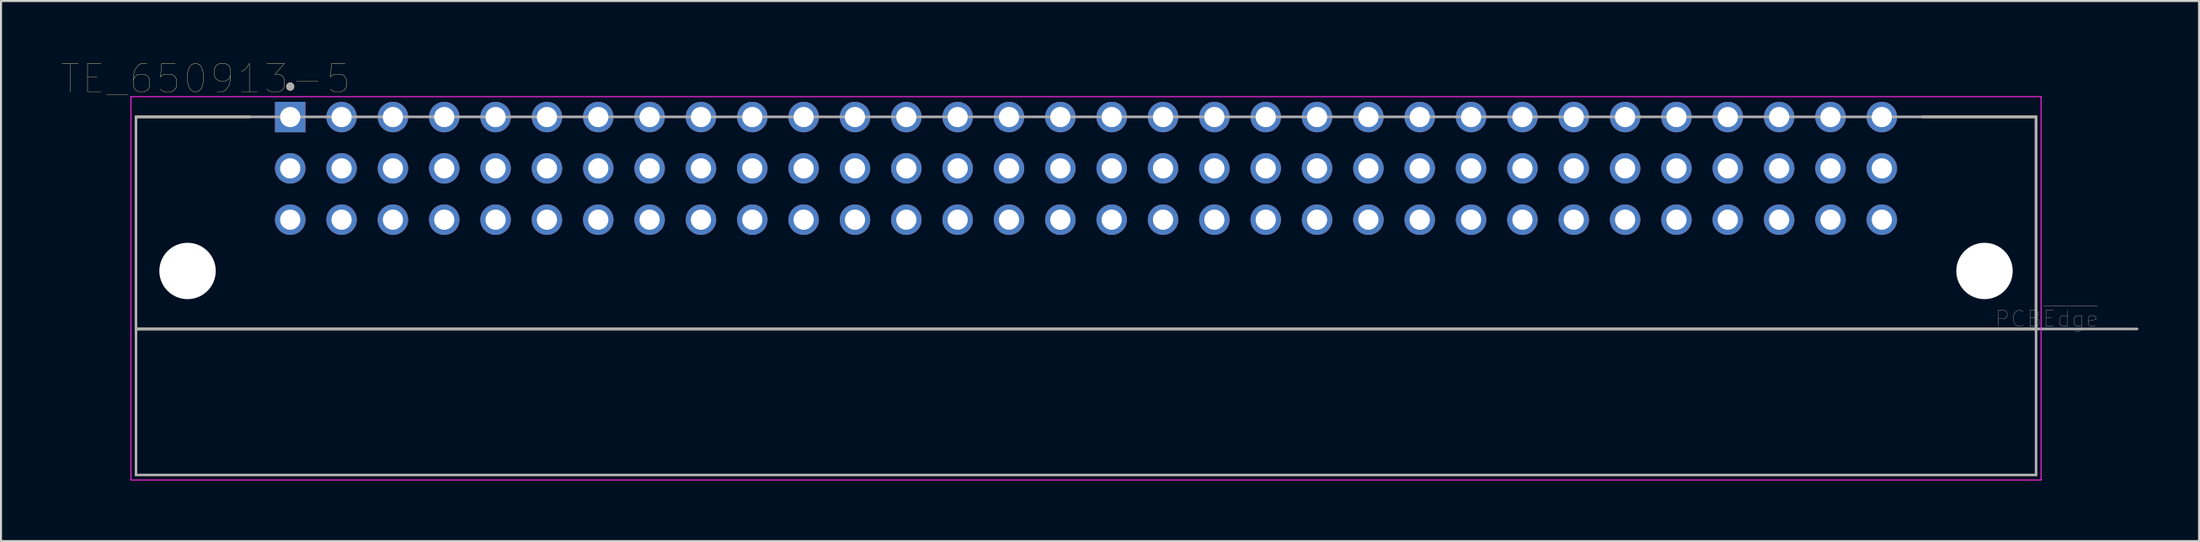
<source format=kicad_pcb>
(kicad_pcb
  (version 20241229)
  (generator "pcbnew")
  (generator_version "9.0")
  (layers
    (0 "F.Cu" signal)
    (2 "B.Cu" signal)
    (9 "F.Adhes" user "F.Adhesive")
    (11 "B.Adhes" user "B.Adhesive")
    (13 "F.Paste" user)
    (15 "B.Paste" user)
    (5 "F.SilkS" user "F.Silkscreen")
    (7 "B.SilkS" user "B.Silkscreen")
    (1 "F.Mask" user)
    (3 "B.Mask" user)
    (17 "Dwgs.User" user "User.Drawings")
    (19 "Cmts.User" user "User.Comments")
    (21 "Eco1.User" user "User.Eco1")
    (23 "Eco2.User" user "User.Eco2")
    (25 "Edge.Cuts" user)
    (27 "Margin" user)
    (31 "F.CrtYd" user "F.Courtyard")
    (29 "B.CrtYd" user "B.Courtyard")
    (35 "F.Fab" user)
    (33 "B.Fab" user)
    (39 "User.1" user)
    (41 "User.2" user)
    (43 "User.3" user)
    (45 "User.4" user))
  (footprint "TE_650913-5"
    (layer "F.Cu")
    (at 11.308 2.746)
    (property "Reference" "TE_650913-5" (at -4.188 -1.9 0) (layer "F.SilkS") (effects (font (size 1.401 1.401) (thickness 0.015))))
    (attr through_hole)
    (fp_line (start -7.63 -0.01) (end -2 -0.01) (stroke (width 0.127) (type solid)) (layer "F.SilkS"))
    (fp_line (start -7.63 10.49) (end -7.63 -0.01) (stroke (width 0.127) (type solid)) (layer "F.SilkS"))
    (fp_line (start -7.63 10.49) (end 86.37 10.49) (stroke (width 0.127) (type solid)) (layer "F.SilkS"))
    (fp_line (start 86.37 -0.01) (end 80.74 -0.01) (stroke (width 0.127) (type solid)) (layer "F.SilkS"))
    (fp_line (start 86.37 10.49) (end 86.37 -0.01) (stroke (width 0.127) (type solid)) (layer "F.SilkS"))
    (fp_circle (center 0 -1.51) (end 0.1 -1.51) (stroke (width 0.2) (type solid)) (fill no) (layer "F.SilkS"))
    (fp_line (start -7.88 -1.01) (end 86.62 -1.01) (stroke (width 0.05) (type solid)) (layer "F.CrtYd"))
    (fp_line (start -7.88 17.97) (end -7.88 -1.01) (stroke (width 0.05) (type solid)) (layer "F.CrtYd"))
    (fp_line (start 86.62 -1.01) (end 86.62 17.97) (stroke (width 0.05) (type solid)) (layer "F.CrtYd"))
    (fp_line (start 86.62 17.97) (end -7.88 17.97) (stroke (width 0.05) (type solid)) (layer "F.CrtYd"))
    (fp_line (start -7.63 -0.01) (end 86.37 -0.01) (stroke (width 0.127) (type solid)) (layer "F.Fab"))
    (fp_line (start -7.63 10.49) (end 91.37 10.49) (stroke (width 0.127) (type solid)) (layer "F.Fab"))
    (fp_line (start -7.63 17.72) (end -7.63 -0.01) (stroke (width 0.127) (type solid)) (layer "F.Fab"))
    (fp_line (start 86.37 -0.01) (end 86.37 17.72) (stroke (width 0.127) (type solid)) (layer "F.Fab"))
    (fp_line (start 86.37 17.72) (end -7.63 17.72) (stroke (width 0.127) (type solid)) (layer "F.Fab"))
    (fp_circle (center 0 -1.51) (end 0.1 -1.51) (stroke (width 0.2) (type solid)) (fill no) (layer "F.Fab"))
    (fp_text user "PCB~{Edge}" (at 86.897 9.993 0) (layer "F.Fab") (effects (font (size 0.789 0.789) (thickness 0.015))))
    (pad "" np_thru_hole circle (at -5.08 7.62) (size 2.79 2.79) (drill 2.79) (layers "*.Cu" "*.Mask"))
    (pad "" np_thru_hole circle (at 83.82 7.62) (size 2.79 2.79) (drill 2.79) (layers "*.Cu" "*.Mask"))
    (pad "1" thru_hole rect (at 0 0) (size 1.508 1.508) (drill 1) (layers "*.Cu" "*.Mask"))
    (pad "2" thru_hole circle (at 2.54 0) (size 1.508 1.508) (drill 1) (layers "*.Cu" "*.Mask"))
    (pad "3" thru_hole circle (at 5.08 0) (size 1.508 1.508) (drill 1) (layers "*.Cu" "*.Mask"))
    (pad "4" thru_hole circle (at 7.62 0) (size 1.508 1.508) (drill 1) (layers "*.Cu" "*.Mask"))
    (pad "5" thru_hole circle (at 10.16 0) (size 1.508 1.508) (drill 1) (layers "*.Cu" "*.Mask"))
    (pad "6" thru_hole circle (at 12.7 0) (size 1.508 1.508) (drill 1) (layers "*.Cu" "*.Mask"))
    (pad "7" thru_hole circle (at 15.24 0) (size 1.508 1.508) (drill 1) (layers "*.Cu" "*.Mask"))
    (pad "8" thru_hole circle (at 17.78 0) (size 1.508 1.508) (drill 1) (layers "*.Cu" "*.Mask"))
    (pad "9" thru_hole circle (at 20.32 0) (size 1.508 1.508) (drill 1) (layers "*.Cu" "*.Mask"))
    (pad "10" thru_hole circle (at 22.86 0) (size 1.508 1.508) (drill 1) (layers "*.Cu" "*.Mask"))
    (pad "11" thru_hole circle (at 25.4 0) (size 1.508 1.508) (drill 1) (layers "*.Cu" "*.Mask"))
    (pad "12" thru_hole circle (at 27.94 0) (size 1.508 1.508) (drill 1) (layers "*.Cu" "*.Mask"))
    (pad "13" thru_hole circle (at 30.48 0) (size 1.508 1.508) (drill 1) (layers "*.Cu" "*.Mask"))
    (pad "14" thru_hole circle (at 33.02 0) (size 1.508 1.508) (drill 1) (layers "*.Cu" "*.Mask"))
    (pad "15" thru_hole circle (at 35.56 0) (size 1.508 1.508) (drill 1) (layers "*.Cu" "*.Mask"))
    (pad "16" thru_hole circle (at 38.1 0) (size 1.508 1.508) (drill 1) (layers "*.Cu" "*.Mask"))
    (pad "17" thru_hole circle (at 40.64 0) (size 1.508 1.508) (drill 1) (layers "*.Cu" "*.Mask"))
    (pad "18" thru_hole circle (at 43.18 0) (size 1.508 1.508) (drill 1) (layers "*.Cu" "*.Mask"))
    (pad "19" thru_hole circle (at 45.72 0) (size 1.508 1.508) (drill 1) (layers "*.Cu" "*.Mask"))
    (pad "20" thru_hole circle (at 48.26 0) (size 1.508 1.508) (drill 1) (layers "*.Cu" "*.Mask"))
    (pad "21" thru_hole circle (at 50.8 0) (size 1.508 1.508) (drill 1) (layers "*.Cu" "*.Mask"))
    (pad "22" thru_hole circle (at 53.34 0) (size 1.508 1.508) (drill 1) (layers "*.Cu" "*.Mask"))
    (pad "23" thru_hole circle (at 55.88 0) (size 1.508 1.508) (drill 1) (layers "*.Cu" "*.Mask"))
    (pad "24" thru_hole circle (at 58.42 0) (size 1.508 1.508) (drill 1) (layers "*.Cu" "*.Mask"))
    (pad "25" thru_hole circle (at 60.96 0) (size 1.508 1.508) (drill 1) (layers "*.Cu" "*.Mask"))
    (pad "26" thru_hole circle (at 63.5 0) (size 1.508 1.508) (drill 1) (layers "*.Cu" "*.Mask"))
    (pad "27" thru_hole circle (at 66.04 0) (size 1.508 1.508) (drill 1) (layers "*.Cu" "*.Mask"))
    (pad "28" thru_hole circle (at 68.58 0) (size 1.508 1.508) (drill 1) (layers "*.Cu" "*.Mask"))
    (pad "29" thru_hole circle (at 71.12 0) (size 1.508 1.508) (drill 1) (layers "*.Cu" "*.Mask"))
    (pad "30" thru_hole circle (at 73.66 0) (size 1.508 1.508) (drill 1) (layers "*.Cu" "*.Mask"))
    (pad "31" thru_hole circle (at 76.2 0) (size 1.508 1.508) (drill 1) (layers "*.Cu" "*.Mask"))
    (pad "32" thru_hole circle (at 78.74 0) (size 1.508 1.508) (drill 1) (layers "*.Cu" "*.Mask"))
    (pad "33" thru_hole circle (at 0 2.54) (size 1.508 1.508) (drill 1) (layers "*.Cu" "*.Mask"))
    (pad "34" thru_hole circle (at 2.54 2.54) (size 1.508 1.508) (drill 1) (layers "*.Cu" "*.Mask"))
    (pad "35" thru_hole circle (at 5.08 2.54) (size 1.508 1.508) (drill 1) (layers "*.Cu" "*.Mask"))
    (pad "36" thru_hole circle (at 7.62 2.54) (size 1.508 1.508) (drill 1) (layers "*.Cu" "*.Mask"))
    (pad "37" thru_hole circle (at 10.16 2.54) (size 1.508 1.508) (drill 1) (layers "*.Cu" "*.Mask"))
    (pad "38" thru_hole circle (at 12.7 2.54) (size 1.508 1.508) (drill 1) (layers "*.Cu" "*.Mask"))
    (pad "39" thru_hole circle (at 15.24 2.54) (size 1.508 1.508) (drill 1) (layers "*.Cu" "*.Mask"))
    (pad "40" thru_hole circle (at 17.78 2.54) (size 1.508 1.508) (drill 1) (layers "*.Cu" "*.Mask"))
    (pad "41" thru_hole circle (at 20.32 2.54) (size 1.508 1.508) (drill 1) (layers "*.Cu" "*.Mask"))
    (pad "42" thru_hole circle (at 22.86 2.54) (size 1.508 1.508) (drill 1) (layers "*.Cu" "*.Mask"))
    (pad "43" thru_hole circle (at 25.4 2.54) (size 1.508 1.508) (drill 1) (layers "*.Cu" "*.Mask"))
    (pad "44" thru_hole circle (at 27.94 2.54) (size 1.508 1.508) (drill 1) (layers "*.Cu" "*.Mask"))
    (pad "45" thru_hole circle (at 30.48 2.54) (size 1.508 1.508) (drill 1) (layers "*.Cu" "*.Mask"))
    (pad "46" thru_hole circle (at 33.02 2.54) (size 1.508 1.508) (drill 1) (layers "*.Cu" "*.Mask"))
    (pad "47" thru_hole circle (at 35.56 2.54) (size 1.508 1.508) (drill 1) (layers "*.Cu" "*.Mask"))
    (pad "48" thru_hole circle (at 38.1 2.54) (size 1.508 1.508) (drill 1) (layers "*.Cu" "*.Mask"))
    (pad "49" thru_hole circle (at 40.64 2.54) (size 1.508 1.508) (drill 1) (layers "*.Cu" "*.Mask"))
    (pad "50" thru_hole circle (at 43.18 2.54) (size 1.508 1.508) (drill 1) (layers "*.Cu" "*.Mask"))
    (pad "51" thru_hole circle (at 45.72 2.54) (size 1.508 1.508) (drill 1) (layers "*.Cu" "*.Mask"))
    (pad "52" thru_hole circle (at 48.26 2.54) (size 1.508 1.508) (drill 1) (layers "*.Cu" "*.Mask"))
    (pad "53" thru_hole circle (at 50.8 2.54) (size 1.508 1.508) (drill 1) (layers "*.Cu" "*.Mask"))
    (pad "54" thru_hole circle (at 53.34 2.54) (size 1.508 1.508) (drill 1) (layers "*.Cu" "*.Mask"))
    (pad "55" thru_hole circle (at 55.88 2.54) (size 1.508 1.508) (drill 1) (layers "*.Cu" "*.Mask"))
    (pad "56" thru_hole circle (at 58.42 2.54) (size 1.508 1.508) (drill 1) (layers "*.Cu" "*.Mask"))
    (pad "57" thru_hole circle (at 60.96 2.54) (size 1.508 1.508) (drill 1) (layers "*.Cu" "*.Mask"))
    (pad "58" thru_hole circle (at 63.5 2.54) (size 1.508 1.508) (drill 1) (layers "*.Cu" "*.Mask"))
    (pad "59" thru_hole circle (at 66.04 2.54) (size 1.508 1.508) (drill 1) (layers "*.Cu" "*.Mask"))
    (pad "60" thru_hole circle (at 68.58 2.54) (size 1.508 1.508) (drill 1) (layers "*.Cu" "*.Mask"))
    (pad "61" thru_hole circle (at 71.12 2.54) (size 1.508 1.508) (drill 1) (layers "*.Cu" "*.Mask"))
    (pad "62" thru_hole circle (at 73.66 2.54) (size 1.508 1.508) (drill 1) (layers "*.Cu" "*.Mask"))
    (pad "63" thru_hole circle (at 76.2 2.54) (size 1.508 1.508) (drill 1) (layers "*.Cu" "*.Mask"))
    (pad "64" thru_hole circle (at 78.74 2.54) (size 1.508 1.508) (drill 1) (layers "*.Cu" "*.Mask"))
    (pad "65" thru_hole circle (at 0 5.08) (size 1.508 1.508) (drill 1) (layers "*.Cu" "*.Mask"))
    (pad "66" thru_hole circle (at 2.54 5.08) (size 1.508 1.508) (drill 1) (layers "*.Cu" "*.Mask"))
    (pad "67" thru_hole circle (at 5.08 5.08) (size 1.508 1.508) (drill 1) (layers "*.Cu" "*.Mask"))
    (pad "68" thru_hole circle (at 7.62 5.08) (size 1.508 1.508) (drill 1) (layers "*.Cu" "*.Mask"))
    (pad "69" thru_hole circle (at 10.16 5.08) (size 1.508 1.508) (drill 1) (layers "*.Cu" "*.Mask"))
    (pad "70" thru_hole circle (at 12.7 5.08) (size 1.508 1.508) (drill 1) (layers "*.Cu" "*.Mask"))
    (pad "71" thru_hole circle (at 15.24 5.08) (size 1.508 1.508) (drill 1) (layers "*.Cu" "*.Mask"))
    (pad "72" thru_hole circle (at 17.78 5.08) (size 1.508 1.508) (drill 1) (layers "*.Cu" "*.Mask"))
    (pad "73" thru_hole circle (at 20.32 5.08) (size 1.508 1.508) (drill 1) (layers "*.Cu" "*.Mask"))
    (pad "74" thru_hole circle (at 22.86 5.08) (size 1.508 1.508) (drill 1) (layers "*.Cu" "*.Mask"))
    (pad "75" thru_hole circle (at 25.4 5.08) (size 1.508 1.508) (drill 1) (layers "*.Cu" "*.Mask"))
    (pad "76" thru_hole circle (at 27.94 5.08) (size 1.508 1.508) (drill 1) (layers "*.Cu" "*.Mask"))
    (pad "77" thru_hole circle (at 30.48 5.08) (size 1.508 1.508) (drill 1) (layers "*.Cu" "*.Mask"))
    (pad "78" thru_hole circle (at 33.02 5.08) (size 1.508 1.508) (drill 1) (layers "*.Cu" "*.Mask"))
    (pad "79" thru_hole circle (at 35.56 5.08) (size 1.508 1.508) (drill 1) (layers "*.Cu" "*.Mask"))
    (pad "80" thru_hole circle (at 38.1 5.08) (size 1.508 1.508) (drill 1) (layers "*.Cu" "*.Mask"))
    (pad "81" thru_hole circle (at 40.64 5.08) (size 1.508 1.508) (drill 1) (layers "*.Cu" "*.Mask"))
    (pad "82" thru_hole circle (at 43.18 5.08) (size 1.508 1.508) (drill 1) (layers "*.Cu" "*.Mask"))
    (pad "83" thru_hole circle (at 45.72 5.08) (size 1.508 1.508) (drill 1) (layers "*.Cu" "*.Mask"))
    (pad "84" thru_hole circle (at 48.26 5.08) (size 1.508 1.508) (drill 1) (layers "*.Cu" "*.Mask"))
    (pad "85" thru_hole circle (at 50.8 5.08) (size 1.508 1.508) (drill 1) (layers "*.Cu" "*.Mask"))
    (pad "86" thru_hole circle (at 53.34 5.08) (size 1.508 1.508) (drill 1) (layers "*.Cu" "*.Mask"))
    (pad "87" thru_hole circle (at 55.88 5.08) (size 1.508 1.508) (drill 1) (layers "*.Cu" "*.Mask"))
    (pad "88" thru_hole circle (at 58.42 5.08) (size 1.508 1.508) (drill 1) (layers "*.Cu" "*.Mask"))
    (pad "89" thru_hole circle (at 60.96 5.08) (size 1.508 1.508) (drill 1) (layers "*.Cu" "*.Mask"))
    (pad "90" thru_hole circle (at 63.5 5.08) (size 1.508 1.508) (drill 1) (layers "*.Cu" "*.Mask"))
    (pad "91" thru_hole circle (at 66.04 5.08) (size 1.508 1.508) (drill 1) (layers "*.Cu" "*.Mask"))
    (pad "92" thru_hole circle (at 68.58 5.08) (size 1.508 1.508) (drill 1) (layers "*.Cu" "*.Mask"))
    (pad "93" thru_hole circle (at 71.12 5.08) (size 1.508 1.508) (drill 1) (layers "*.Cu" "*.Mask"))
    (pad "94" thru_hole circle (at 73.66 5.08) (size 1.508 1.508) (drill 1) (layers "*.Cu" "*.Mask"))
    (pad "95" thru_hole circle (at 76.2 5.08) (size 1.508 1.508) (drill 1) (layers "*.Cu" "*.Mask"))
    (pad "96" thru_hole circle (at 78.74 5.08) (size 1.508 1.508) (drill 1) (layers "*.Cu" "*.Mask")))
  (gr_rect
    (start -3 -3)
    (end 105.742 23.741)
    (stroke (width 0.1) (type default))
    (fill no)
    (layer "Edge.Cuts")))
</source>
